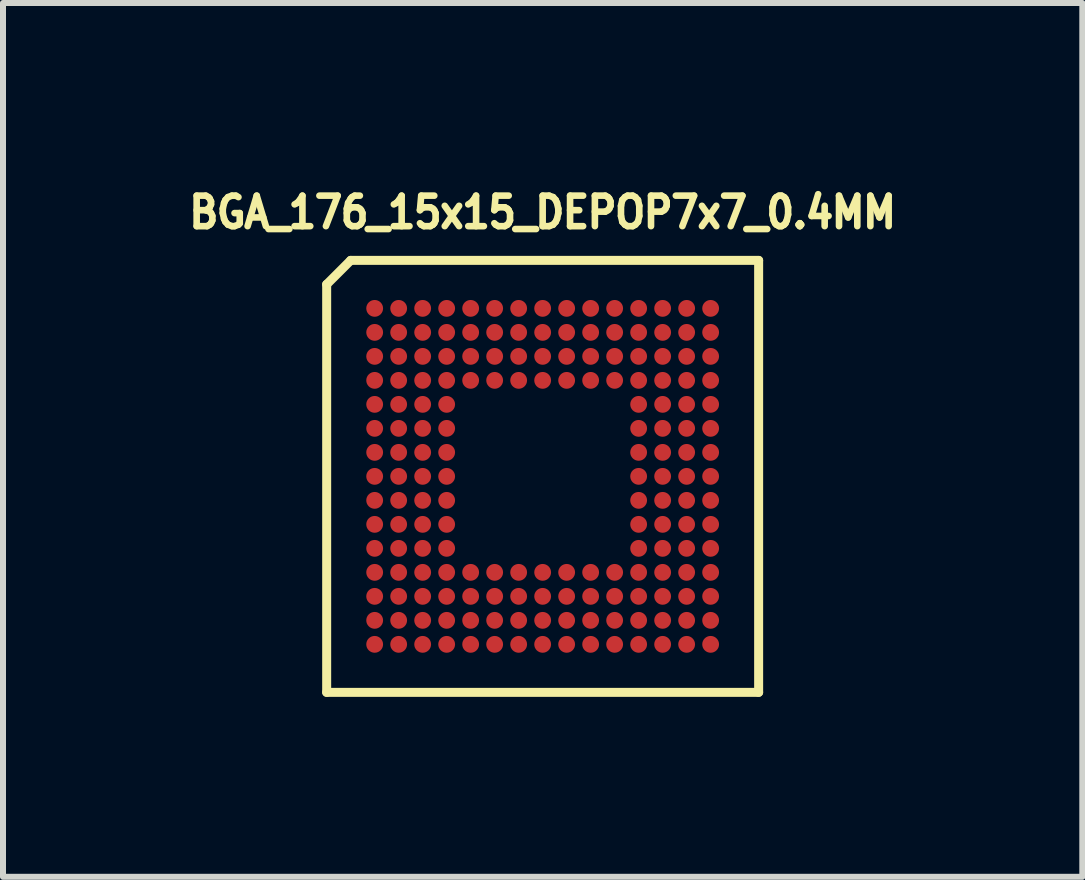
<source format=kicad_pcb>
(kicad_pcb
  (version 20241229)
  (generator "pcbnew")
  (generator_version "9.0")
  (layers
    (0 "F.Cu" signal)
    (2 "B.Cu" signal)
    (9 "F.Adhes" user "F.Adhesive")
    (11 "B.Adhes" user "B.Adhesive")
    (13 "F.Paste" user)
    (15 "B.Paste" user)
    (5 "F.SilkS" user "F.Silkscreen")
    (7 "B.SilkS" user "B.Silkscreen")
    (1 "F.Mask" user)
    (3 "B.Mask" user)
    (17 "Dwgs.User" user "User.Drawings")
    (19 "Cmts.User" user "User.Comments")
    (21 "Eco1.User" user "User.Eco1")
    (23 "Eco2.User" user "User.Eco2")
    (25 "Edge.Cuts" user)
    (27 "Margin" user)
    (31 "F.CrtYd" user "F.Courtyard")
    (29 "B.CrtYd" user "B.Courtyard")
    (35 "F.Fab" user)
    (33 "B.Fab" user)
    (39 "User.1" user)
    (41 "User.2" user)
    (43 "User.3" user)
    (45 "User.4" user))
  (footprint "BGA_176_15x15_DEPOP7x7_0.4MM"
    (layer "F.Cu")
    (at 5.995 4.89)
    (property "Reference" "BGA_176_15x15_DEPOP7x7_0.4MM" (at 0 -4.4 0) (layer "F.SilkS") (effects (font (size 0.508 0.457) (thickness 0.11))))
    (attr through_hole)
    (fp_line (start -3.6 -3.2) (end -3.2 -3.6) (stroke (width 0.15) (type solid)) (layer "F.SilkS"))
    (fp_line (start -3.6 3.6) (end -3.6 -3.2) (stroke (width 0.15) (type solid)) (layer "F.SilkS"))
    (fp_line (start -3.2 -3.6) (end 3.6 -3.6) (stroke (width 0.15) (type solid)) (layer "F.SilkS"))
    (fp_line (start 3.6 -3.6) (end 3.6 3.6) (stroke (width 0.15) (type solid)) (layer "F.SilkS"))
    (fp_line (start 3.6 3.6) (end -3.6 3.6) (stroke (width 0.15) (type solid)) (layer "F.SilkS"))
    (pad "A1" smd circle (at -2.8 -2.8) (size 0.28 0.28) (layers "F.Cu" "F.Mask" "F.Paste"))
    (pad "A2" smd circle (at -2.4 -2.8) (size 0.28 0.28) (layers "F.Cu" "F.Mask" "F.Paste"))
    (pad "A3" smd circle (at -2 -2.8) (size 0.28 0.28) (layers "F.Cu" "F.Mask" "F.Paste"))
    (pad "A4" smd circle (at -1.6 -2.8) (size 0.28 0.28) (layers "F.Cu" "F.Mask" "F.Paste"))
    (pad "A5" smd circle (at -1.2 -2.8) (size 0.28 0.28) (layers "F.Cu" "F.Mask" "F.Paste"))
    (pad "A6" smd circle (at -0.8 -2.8) (size 0.28 0.28) (layers "F.Cu" "F.Mask" "F.Paste"))
    (pad "A7" smd circle (at -0.4 -2.8) (size 0.28 0.28) (layers "F.Cu" "F.Mask" "F.Paste"))
    (pad "A8" smd circle (at 0 -2.8) (size 0.28 0.28) (layers "F.Cu" "F.Mask" "F.Paste"))
    (pad "A9" smd circle (at 0.4 -2.8) (size 0.28 0.28) (layers "F.Cu" "F.Mask" "F.Paste"))
    (pad "A10" smd circle (at 0.8 -2.8) (size 0.28 0.28) (layers "F.Cu" "F.Mask" "F.Paste"))
    (pad "A11" smd circle (at 1.2 -2.8) (size 0.28 0.28) (layers "F.Cu" "F.Mask" "F.Paste"))
    (pad "A12" smd circle (at 1.6 -2.8) (size 0.28 0.28) (layers "F.Cu" "F.Mask" "F.Paste"))
    (pad "A13" smd circle (at 2 -2.8) (size 0.28 0.28) (layers "F.Cu" "F.Mask" "F.Paste"))
    (pad "A14" smd circle (at 2.4 -2.8) (size 0.28 0.28) (layers "F.Cu" "F.Mask" "F.Paste"))
    (pad "A15" smd circle (at 2.8 -2.8) (size 0.28 0.28) (layers "F.Cu" "F.Mask" "F.Paste"))
    (pad "B1" smd circle (at -2.8 -2.4) (size 0.28 0.28) (layers "F.Cu" "F.Mask" "F.Paste"))
    (pad "B2" smd circle (at -2.4 -2.4) (size 0.28 0.28) (layers "F.Cu" "F.Mask" "F.Paste"))
    (pad "B3" smd circle (at -2 -2.4) (size 0.28 0.28) (layers "F.Cu" "F.Mask" "F.Paste"))
    (pad "B4" smd circle (at -1.6 -2.4) (size 0.28 0.28) (layers "F.Cu" "F.Mask" "F.Paste"))
    (pad "B5" smd circle (at -1.2 -2.4) (size 0.28 0.28) (layers "F.Cu" "F.Mask" "F.Paste"))
    (pad "B6" smd circle (at -0.8 -2.4) (size 0.28 0.28) (layers "F.Cu" "F.Mask" "F.Paste"))
    (pad "B7" smd circle (at -0.4 -2.4) (size 0.28 0.28) (layers "F.Cu" "F.Mask" "F.Paste"))
    (pad "B8" smd circle (at 0 -2.4) (size 0.28 0.28) (layers "F.Cu" "F.Mask" "F.Paste"))
    (pad "B9" smd circle (at 0.4 -2.4) (size 0.28 0.28) (layers "F.Cu" "F.Mask" "F.Paste"))
    (pad "B10" smd circle (at 0.8 -2.4) (size 0.28 0.28) (layers "F.Cu" "F.Mask" "F.Paste"))
    (pad "B11" smd circle (at 1.2 -2.4) (size 0.28 0.28) (layers "F.Cu" "F.Mask" "F.Paste"))
    (pad "B12" smd circle (at 1.6 -2.4) (size 0.28 0.28) (layers "F.Cu" "F.Mask" "F.Paste"))
    (pad "B13" smd circle (at 2 -2.4) (size 0.28 0.28) (layers "F.Cu" "F.Mask" "F.Paste"))
    (pad "B14" smd circle (at 2.4 -2.4) (size 0.28 0.28) (layers "F.Cu" "F.Mask" "F.Paste"))
    (pad "B15" smd circle (at 2.8 -2.4) (size 0.28 0.28) (layers "F.Cu" "F.Mask" "F.Paste"))
    (pad "C1" smd circle (at -2.8 -2) (size 0.28 0.28) (layers "F.Cu" "F.Mask" "F.Paste"))
    (pad "C2" smd circle (at -2.4 -2) (size 0.28 0.28) (layers "F.Cu" "F.Mask" "F.Paste"))
    (pad "C3" smd circle (at -2 -2) (size 0.28 0.28) (layers "F.Cu" "F.Mask" "F.Paste"))
    (pad "C4" smd circle (at -1.6 -2) (size 0.28 0.28) (layers "F.Cu" "F.Mask" "F.Paste"))
    (pad "C5" smd circle (at -1.2 -2) (size 0.28 0.28) (layers "F.Cu" "F.Mask" "F.Paste"))
    (pad "C6" smd circle (at -0.8 -2) (size 0.28 0.28) (layers "F.Cu" "F.Mask" "F.Paste"))
    (pad "C7" smd circle (at -0.4 -2) (size 0.28 0.28) (layers "F.Cu" "F.Mask" "F.Paste"))
    (pad "C8" smd circle (at 0 -2) (size 0.28 0.28) (layers "F.Cu" "F.Mask" "F.Paste"))
    (pad "C9" smd circle (at 0.4 -2) (size 0.28 0.28) (layers "F.Cu" "F.Mask" "F.Paste"))
    (pad "C10" smd circle (at 0.8 -2) (size 0.28 0.28) (layers "F.Cu" "F.Mask" "F.Paste"))
    (pad "C11" smd circle (at 1.2 -2) (size 0.28 0.28) (layers "F.Cu" "F.Mask" "F.Paste"))
    (pad "C12" smd circle (at 1.6 -2) (size 0.28 0.28) (layers "F.Cu" "F.Mask" "F.Paste"))
    (pad "C13" smd circle (at 2 -2) (size 0.28 0.28) (layers "F.Cu" "F.Mask" "F.Paste"))
    (pad "C14" smd circle (at 2.4 -2) (size 0.28 0.28) (layers "F.Cu" "F.Mask" "F.Paste"))
    (pad "C15" smd circle (at 2.8 -2) (size 0.28 0.28) (layers "F.Cu" "F.Mask" "F.Paste"))
    (pad "D1" smd circle (at -2.8 -1.6) (size 0.28 0.28) (layers "F.Cu" "F.Mask" "F.Paste"))
    (pad "D2" smd circle (at -2.4 -1.6) (size 0.28 0.28) (layers "F.Cu" "F.Mask" "F.Paste"))
    (pad "D3" smd circle (at -2 -1.6) (size 0.28 0.28) (layers "F.Cu" "F.Mask" "F.Paste"))
    (pad "D4" smd circle (at -1.6 -1.6) (size 0.28 0.28) (layers "F.Cu" "F.Mask" "F.Paste"))
    (pad "D5" smd circle (at -1.2 -1.6) (size 0.28 0.28) (layers "F.Cu" "F.Mask" "F.Paste"))
    (pad "D6" smd circle (at -0.8 -1.6) (size 0.28 0.28) (layers "F.Cu" "F.Mask" "F.Paste"))
    (pad "D7" smd circle (at -0.4 -1.6) (size 0.28 0.28) (layers "F.Cu" "F.Mask" "F.Paste"))
    (pad "D8" smd circle (at 0 -1.6) (size 0.28 0.28) (layers "F.Cu" "F.Mask" "F.Paste"))
    (pad "D9" smd circle (at 0.4 -1.6) (size 0.28 0.28) (layers "F.Cu" "F.Mask" "F.Paste"))
    (pad "D10" smd circle (at 0.8 -1.6) (size 0.28 0.28) (layers "F.Cu" "F.Mask" "F.Paste"))
    (pad "D11" smd circle (at 1.2 -1.6) (size 0.28 0.28) (layers "F.Cu" "F.Mask" "F.Paste"))
    (pad "D12" smd circle (at 1.6 -1.6) (size 0.28 0.28) (layers "F.Cu" "F.Mask" "F.Paste"))
    (pad "D13" smd circle (at 2 -1.6) (size 0.28 0.28) (layers "F.Cu" "F.Mask" "F.Paste"))
    (pad "D14" smd circle (at 2.4 -1.6) (size 0.28 0.28) (layers "F.Cu" "F.Mask" "F.Paste"))
    (pad "D15" smd circle (at 2.8 -1.6) (size 0.28 0.28) (layers "F.Cu" "F.Mask" "F.Paste"))
    (pad "E1" smd circle (at -2.8 -1.2) (size 0.28 0.28) (layers "F.Cu" "F.Mask" "F.Paste"))
    (pad "E2" smd circle (at -2.4 -1.2) (size 0.28 0.28) (layers "F.Cu" "F.Mask" "F.Paste"))
    (pad "E3" smd circle (at -2 -1.2) (size 0.28 0.28) (layers "F.Cu" "F.Mask" "F.Paste"))
    (pad "E4" smd circle (at -1.6 -1.2) (size 0.28 0.28) (layers "F.Cu" "F.Mask" "F.Paste"))
    (pad "E12" smd circle (at 1.6 -1.2) (size 0.28 0.28) (layers "F.Cu" "F.Mask" "F.Paste"))
    (pad "E13" smd circle (at 2 -1.2) (size 0.28 0.28) (layers "F.Cu" "F.Mask" "F.Paste"))
    (pad "E14" smd circle (at 2.4 -1.2) (size 0.28 0.28) (layers "F.Cu" "F.Mask" "F.Paste"))
    (pad "E15" smd circle (at 2.8 -1.2) (size 0.28 0.28) (layers "F.Cu" "F.Mask" "F.Paste"))
    (pad "F1" smd circle (at -2.8 -0.8) (size 0.28 0.28) (layers "F.Cu" "F.Mask" "F.Paste"))
    (pad "F2" smd circle (at -2.4 -0.8) (size 0.28 0.28) (layers "F.Cu" "F.Mask" "F.Paste"))
    (pad "F3" smd circle (at -2 -0.8) (size 0.28 0.28) (layers "F.Cu" "F.Mask" "F.Paste"))
    (pad "F4" smd circle (at -1.6 -0.8) (size 0.28 0.28) (layers "F.Cu" "F.Mask" "F.Paste"))
    (pad "F12" smd circle (at 1.6 -0.8) (size 0.28 0.28) (layers "F.Cu" "F.Mask" "F.Paste"))
    (pad "F13" smd circle (at 2 -0.8) (size 0.28 0.28) (layers "F.Cu" "F.Mask" "F.Paste"))
    (pad "F14" smd circle (at 2.4 -0.8) (size 0.28 0.28) (layers "F.Cu" "F.Mask" "F.Paste"))
    (pad "F15" smd circle (at 2.8 -0.8) (size 0.28 0.28) (layers "F.Cu" "F.Mask" "F.Paste"))
    (pad "G1" smd circle (at -2.8 -0.4) (size 0.28 0.28) (layers "F.Cu" "F.Mask" "F.Paste"))
    (pad "G2" smd circle (at -2.4 -0.4) (size 0.28 0.28) (layers "F.Cu" "F.Mask" "F.Paste"))
    (pad "G3" smd circle (at -2 -0.4) (size 0.28 0.28) (layers "F.Cu" "F.Mask" "F.Paste"))
    (pad "G4" smd circle (at -1.6 -0.4) (size 0.28 0.28) (layers "F.Cu" "F.Mask" "F.Paste"))
    (pad "G12" smd circle (at 1.6 -0.4) (size 0.28 0.28) (layers "F.Cu" "F.Mask" "F.Paste"))
    (pad "G13" smd circle (at 2 -0.4) (size 0.28 0.28) (layers "F.Cu" "F.Mask" "F.Paste"))
    (pad "G14" smd circle (at 2.4 -0.4) (size 0.28 0.28) (layers "F.Cu" "F.Mask" "F.Paste"))
    (pad "G15" smd circle (at 2.8 -0.4) (size 0.28 0.28) (layers "F.Cu" "F.Mask" "F.Paste"))
    (pad "H1" smd circle (at -2.8 0) (size 0.28 0.28) (layers "F.Cu" "F.Mask" "F.Paste"))
    (pad "H2" smd circle (at -2.4 0) (size 0.28 0.28) (layers "F.Cu" "F.Mask" "F.Paste"))
    (pad "H3" smd circle (at -2 0) (size 0.28 0.28) (layers "F.Cu" "F.Mask" "F.Paste"))
    (pad "H4" smd circle (at -1.6 0) (size 0.28 0.28) (layers "F.Cu" "F.Mask" "F.Paste"))
    (pad "H12" smd circle (at 1.6 0) (size 0.28 0.28) (layers "F.Cu" "F.Mask" "F.Paste"))
    (pad "H13" smd circle (at 2 0) (size 0.28 0.28) (layers "F.Cu" "F.Mask" "F.Paste"))
    (pad "H14" smd circle (at 2.4 0) (size 0.28 0.28) (layers "F.Cu" "F.Mask" "F.Paste"))
    (pad "H15" smd circle (at 2.8 0) (size 0.28 0.28) (layers "F.Cu" "F.Mask" "F.Paste"))
    (pad "J1" smd circle (at -2.8 0.4) (size 0.28 0.28) (layers "F.Cu" "F.Mask" "F.Paste"))
    (pad "J2" smd circle (at -2.4 0.4) (size 0.28 0.28) (layers "F.Cu" "F.Mask" "F.Paste"))
    (pad "J3" smd circle (at -2 0.4) (size 0.28 0.28) (layers "F.Cu" "F.Mask" "F.Paste"))
    (pad "J4" smd circle (at -1.6 0.4) (size 0.28 0.28) (layers "F.Cu" "F.Mask" "F.Paste"))
    (pad "J12" smd circle (at 1.6 0.4) (size 0.28 0.28) (layers "F.Cu" "F.Mask" "F.Paste"))
    (pad "J13" smd circle (at 2 0.4) (size 0.28 0.28) (layers "F.Cu" "F.Mask" "F.Paste"))
    (pad "J14" smd circle (at 2.4 0.4) (size 0.28 0.28) (layers "F.Cu" "F.Mask" "F.Paste"))
    (pad "J15" smd circle (at 2.8 0.4) (size 0.28 0.28) (layers "F.Cu" "F.Mask" "F.Paste"))
    (pad "K1" smd circle (at -2.8 0.8) (size 0.28 0.28) (layers "F.Cu" "F.Mask" "F.Paste"))
    (pad "K2" smd circle (at -2.4 0.8) (size 0.28 0.28) (layers "F.Cu" "F.Mask" "F.Paste"))
    (pad "K3" smd circle (at -2 0.8) (size 0.28 0.28) (layers "F.Cu" "F.Mask" "F.Paste"))
    (pad "K4" smd circle (at -1.6 0.8) (size 0.28 0.28) (layers "F.Cu" "F.Mask" "F.Paste"))
    (pad "K12" smd circle (at 1.6 0.8) (size 0.28 0.28) (layers "F.Cu" "F.Mask" "F.Paste"))
    (pad "K13" smd circle (at 2 0.8) (size 0.28 0.28) (layers "F.Cu" "F.Mask" "F.Paste"))
    (pad "K14" smd circle (at 2.4 0.8) (size 0.28 0.28) (layers "F.Cu" "F.Mask" "F.Paste"))
    (pad "K15" smd circle (at 2.8 0.8) (size 0.28 0.28) (layers "F.Cu" "F.Mask" "F.Paste"))
    (pad "L1" smd circle (at -2.8 1.2) (size 0.28 0.28) (layers "F.Cu" "F.Mask" "F.Paste"))
    (pad "L2" smd circle (at -2.4 1.2) (size 0.28 0.28) (layers "F.Cu" "F.Mask" "F.Paste"))
    (pad "L3" smd circle (at -2 1.2) (size 0.28 0.28) (layers "F.Cu" "F.Mask" "F.Paste"))
    (pad "L4" smd circle (at -1.6 1.2) (size 0.28 0.28) (layers "F.Cu" "F.Mask" "F.Paste"))
    (pad "L12" smd circle (at 1.6 1.2) (size 0.28 0.28) (layers "F.Cu" "F.Mask" "F.Paste"))
    (pad "L13" smd circle (at 2 1.2) (size 0.28 0.28) (layers "F.Cu" "F.Mask" "F.Paste"))
    (pad "L14" smd circle (at 2.4 1.2) (size 0.28 0.28) (layers "F.Cu" "F.Mask" "F.Paste"))
    (pad "L15" smd circle (at 2.8 1.2) (size 0.28 0.28) (layers "F.Cu" "F.Mask" "F.Paste"))
    (pad "M1" smd circle (at -2.8 1.6) (size 0.28 0.28) (layers "F.Cu" "F.Mask" "F.Paste"))
    (pad "M2" smd circle (at -2.4 1.6) (size 0.28 0.28) (layers "F.Cu" "F.Mask" "F.Paste"))
    (pad "M3" smd circle (at -2 1.6) (size 0.28 0.28) (layers "F.Cu" "F.Mask" "F.Paste"))
    (pad "M4" smd circle (at -1.6 1.6) (size 0.28 0.28) (layers "F.Cu" "F.Mask" "F.Paste"))
    (pad "M5" smd circle (at -1.2 1.6) (size 0.28 0.28) (layers "F.Cu" "F.Mask" "F.Paste"))
    (pad "M6" smd circle (at -0.8 1.6) (size 0.28 0.28) (layers "F.Cu" "F.Mask" "F.Paste"))
    (pad "M7" smd circle (at -0.4 1.6) (size 0.28 0.28) (layers "F.Cu" "F.Mask" "F.Paste"))
    (pad "M8" smd circle (at 0 1.6) (size 0.28 0.28) (layers "F.Cu" "F.Mask" "F.Paste"))
    (pad "M9" smd circle (at 0.4 1.6) (size 0.28 0.28) (layers "F.Cu" "F.Mask" "F.Paste"))
    (pad "M10" smd circle (at 0.8 1.6) (size 0.28 0.28) (layers "F.Cu" "F.Mask" "F.Paste"))
    (pad "M11" smd circle (at 1.2 1.6) (size 0.28 0.28) (layers "F.Cu" "F.Mask" "F.Paste"))
    (pad "M12" smd circle (at 1.6 1.6) (size 0.28 0.28) (layers "F.Cu" "F.Mask" "F.Paste"))
    (pad "M13" smd circle (at 2 1.6) (size 0.28 0.28) (layers "F.Cu" "F.Mask" "F.Paste"))
    (pad "M14" smd circle (at 2.4 1.6) (size 0.28 0.28) (layers "F.Cu" "F.Mask" "F.Paste"))
    (pad "M15" smd circle (at 2.8 1.6) (size 0.28 0.28) (layers "F.Cu" "F.Mask" "F.Paste"))
    (pad "N1" smd circle (at -2.8 2) (size 0.28 0.28) (layers "F.Cu" "F.Mask" "F.Paste"))
    (pad "N2" smd circle (at -2.4 2) (size 0.28 0.28) (layers "F.Cu" "F.Mask" "F.Paste"))
    (pad "N3" smd circle (at -2 2) (size 0.28 0.28) (layers "F.Cu" "F.Mask" "F.Paste"))
    (pad "N4" smd circle (at -1.6 2) (size 0.28 0.28) (layers "F.Cu" "F.Mask" "F.Paste"))
    (pad "N5" smd circle (at -1.2 2) (size 0.28 0.28) (layers "F.Cu" "F.Mask" "F.Paste"))
    (pad "N6" smd circle (at -0.8 2) (size 0.28 0.28) (layers "F.Cu" "F.Mask" "F.Paste"))
    (pad "N7" smd circle (at -0.4 2) (size 0.28 0.28) (layers "F.Cu" "F.Mask" "F.Paste"))
    (pad "N8" smd circle (at 0 2) (size 0.28 0.28) (layers "F.Cu" "F.Mask" "F.Paste"))
    (pad "N9" smd circle (at 0.4 2) (size 0.28 0.28) (layers "F.Cu" "F.Mask" "F.Paste"))
    (pad "N10" smd circle (at 0.8 2) (size 0.28 0.28) (layers "F.Cu" "F.Mask" "F.Paste"))
    (pad "N11" smd circle (at 1.2 2) (size 0.28 0.28) (layers "F.Cu" "F.Mask" "F.Paste"))
    (pad "N12" smd circle (at 1.6 2) (size 0.28 0.28) (layers "F.Cu" "F.Mask" "F.Paste"))
    (pad "N13" smd circle (at 2 2) (size 0.28 0.28) (layers "F.Cu" "F.Mask" "F.Paste"))
    (pad "N14" smd circle (at 2.4 2) (size 0.28 0.28) (layers "F.Cu" "F.Mask" "F.Paste"))
    (pad "N15" smd circle (at 2.8 2) (size 0.28 0.28) (layers "F.Cu" "F.Mask" "F.Paste"))
    (pad "P1" smd circle (at -2.8 2.4) (size 0.28 0.28) (layers "F.Cu" "F.Mask" "F.Paste"))
    (pad "P2" smd circle (at -2.4 2.4) (size 0.28 0.28) (layers "F.Cu" "F.Mask" "F.Paste"))
    (pad "P3" smd circle (at -2 2.4) (size 0.28 0.28) (layers "F.Cu" "F.Mask" "F.Paste"))
    (pad "P4" smd circle (at -1.6 2.4) (size 0.28 0.28) (layers "F.Cu" "F.Mask" "F.Paste"))
    (pad "P5" smd circle (at -1.2 2.4) (size 0.28 0.28) (layers "F.Cu" "F.Mask" "F.Paste"))
    (pad "P6" smd circle (at -0.8 2.4) (size 0.28 0.28) (layers "F.Cu" "F.Mask" "F.Paste"))
    (pad "P7" smd circle (at -0.4 2.4) (size 0.28 0.28) (layers "F.Cu" "F.Mask" "F.Paste"))
    (pad "P8" smd circle (at 0 2.4) (size 0.28 0.28) (layers "F.Cu" "F.Mask" "F.Paste"))
    (pad "P9" smd circle (at 0.4 2.4) (size 0.28 0.28) (layers "F.Cu" "F.Mask" "F.Paste"))
    (pad "P10" smd circle (at 0.8 2.4) (size 0.28 0.28) (layers "F.Cu" "F.Mask" "F.Paste"))
    (pad "P11" smd circle (at 1.2 2.4) (size 0.28 0.28) (layers "F.Cu" "F.Mask" "F.Paste"))
    (pad "P12" smd circle (at 1.6 2.4) (size 0.28 0.28) (layers "F.Cu" "F.Mask" "F.Paste"))
    (pad "P13" smd circle (at 2 2.4) (size 0.28 0.28) (layers "F.Cu" "F.Mask" "F.Paste"))
    (pad "P14" smd circle (at 2.4 2.4) (size 0.28 0.28) (layers "F.Cu" "F.Mask" "F.Paste"))
    (pad "P15" smd circle (at 2.8 2.4) (size 0.28 0.28) (layers "F.Cu" "F.Mask" "F.Paste"))
    (pad "R1" smd circle (at -2.8 2.8) (size 0.28 0.28) (layers "F.Cu" "F.Mask" "F.Paste"))
    (pad "R2" smd circle (at -2.4 2.8) (size 0.28 0.28) (layers "F.Cu" "F.Mask" "F.Paste"))
    (pad "R3" smd circle (at -2 2.8) (size 0.28 0.28) (layers "F.Cu" "F.Mask" "F.Paste"))
    (pad "R4" smd circle (at -1.6 2.8) (size 0.28 0.28) (layers "F.Cu" "F.Mask" "F.Paste"))
    (pad "R5" smd circle (at -1.2 2.8) (size 0.28 0.28) (layers "F.Cu" "F.Mask" "F.Paste"))
    (pad "R6" smd circle (at -0.8 2.8) (size 0.28 0.28) (layers "F.Cu" "F.Mask" "F.Paste"))
    (pad "R7" smd circle (at -0.4 2.8) (size 0.28 0.28) (layers "F.Cu" "F.Mask" "F.Paste"))
    (pad "R8" smd circle (at 0 2.8) (size 0.28 0.28) (layers "F.Cu" "F.Mask" "F.Paste"))
    (pad "R9" smd circle (at 0.4 2.8) (size 0.28 0.28) (layers "F.Cu" "F.Mask" "F.Paste"))
    (pad "R10" smd circle (at 0.8 2.8) (size 0.28 0.28) (layers "F.Cu" "F.Mask" "F.Paste"))
    (pad "R11" smd circle (at 1.2 2.8) (size 0.28 0.28) (layers "F.Cu" "F.Mask" "F.Paste"))
    (pad "R12" smd circle (at 1.6 2.8) (size 0.28 0.28) (layers "F.Cu" "F.Mask" "F.Paste"))
    (pad "R13" smd circle (at 2 2.8) (size 0.28 0.28) (layers "F.Cu" "F.Mask" "F.Paste"))
    (pad "R14" smd circle (at 2.4 2.8) (size 0.28 0.28) (layers "F.Cu" "F.Mask" "F.Paste"))
    (pad "R15" smd circle (at 2.8 2.8) (size 0.28 0.28) (layers "F.Cu" "F.Mask" "F.Paste")))
  (gr_rect
    (start -3 -3)
    (end 14.99 11.565)
    (stroke (width 0.1) (type default))
    (fill no)
    (layer "Edge.Cuts")))
</source>
